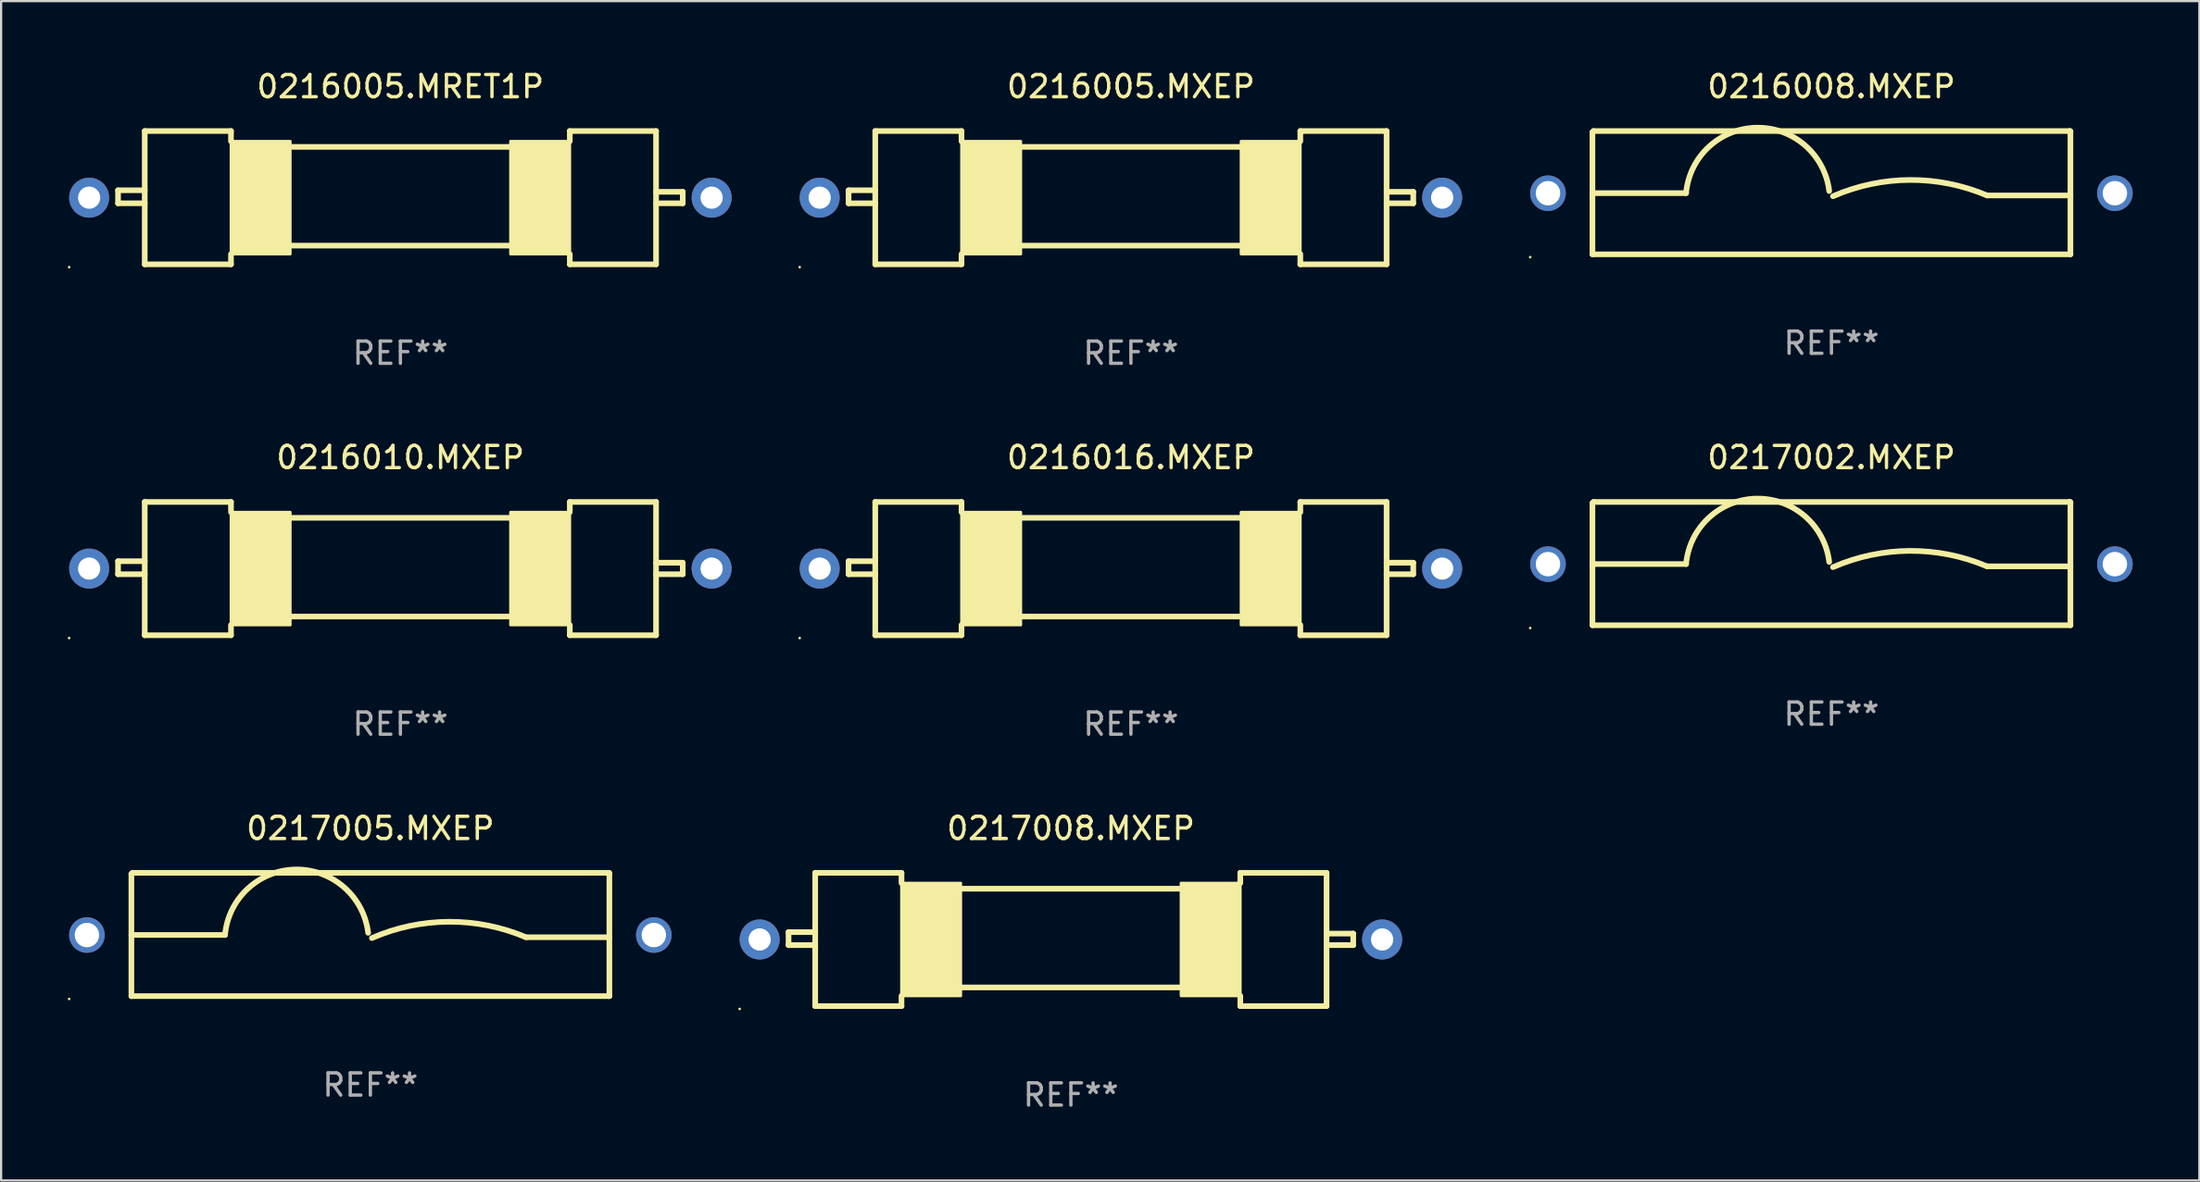
<source format=kicad_pcb>
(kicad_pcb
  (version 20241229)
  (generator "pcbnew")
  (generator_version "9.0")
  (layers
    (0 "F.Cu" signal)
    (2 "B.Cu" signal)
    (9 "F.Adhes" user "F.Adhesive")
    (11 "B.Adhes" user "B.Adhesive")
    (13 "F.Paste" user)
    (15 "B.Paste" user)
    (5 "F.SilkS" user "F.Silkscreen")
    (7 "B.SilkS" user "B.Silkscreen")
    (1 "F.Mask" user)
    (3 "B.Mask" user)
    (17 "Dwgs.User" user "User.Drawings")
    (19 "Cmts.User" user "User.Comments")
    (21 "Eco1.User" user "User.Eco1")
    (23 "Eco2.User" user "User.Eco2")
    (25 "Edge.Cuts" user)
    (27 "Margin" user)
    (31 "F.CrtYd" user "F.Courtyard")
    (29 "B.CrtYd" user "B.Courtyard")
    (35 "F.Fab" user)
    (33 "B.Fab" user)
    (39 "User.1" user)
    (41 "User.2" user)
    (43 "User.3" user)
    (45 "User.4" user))
  (footprint "0217008.MXEP"
    (layer "F.Cu")
    (at 45.12 39.241)
    (property "Reference" "0217008.MXEP" (at 0 -5 0) (layer "F.SilkS") (effects (font (size 1 1) (thickness 0.15))))
    (attr through_hole)
    (fp_line (start -12.7 -0.332) (end -12.7 0.254) (stroke (width 0.254) (type solid)) (layer "F.SilkS"))
    (fp_line (start -12.7 0.254) (end -11.5 0.254) (stroke (width 0.254) (type solid)) (layer "F.SilkS"))
    (fp_line (start -11.5 -3) (end -11.5 3) (stroke (width 0.254) (type solid)) (layer "F.SilkS"))
    (fp_line (start -11.5 -3) (end -7.62 -3) (stroke (width 0.254) (type solid)) (layer "F.SilkS"))
    (fp_line (start -11.5 -0.332) (end -12.7 -0.332) (stroke (width 0.254) (type solid)) (layer "F.SilkS"))
    (fp_line (start -7.62 -2.54) (end -7.62 -3) (stroke (width 0.254) (type solid)) (layer "F.SilkS"))
    (fp_line (start -7.62 2.54) (end -7.62 3) (stroke (width 0.254) (type solid)) (layer "F.SilkS"))
    (fp_line (start -7.62 3) (end -11.5 3) (stroke (width 0.254) (type solid)) (layer "F.SilkS"))
    (fp_line (start -4.953 -2.286) (end 4.953 -2.286) (stroke (width 0.254) (type solid)) (layer "F.SilkS"))
    (fp_line (start -4.953 2.159) (end 4.953 2.159) (stroke (width 0.254) (type solid)) (layer "F.SilkS"))
    (fp_line (start 7.62 -3) (end 11.5 -3) (stroke (width 0.254) (type solid)) (layer "F.SilkS"))
    (fp_line (start 7.62 -2.54) (end 7.62 -3) (stroke (width 0.254) (type solid)) (layer "F.SilkS"))
    (fp_line (start 7.62 2.54) (end 7.62 3) (stroke (width 0.254) (type solid)) (layer "F.SilkS"))
    (fp_line (start 7.62 3) (end 11.5 3) (stroke (width 0.254) (type solid)) (layer "F.SilkS"))
    (fp_line (start 11.5 -3) (end 11.5 3) (stroke (width 0.254) (type solid)) (layer "F.SilkS"))
    (fp_line (start 11.5 -0.264) (end 12.7 -0.264) (stroke (width 0.254) (type solid)) (layer "F.SilkS"))
    (fp_line (start 12.7 -0.264) (end 12.7 0.254) (stroke (width 0.254) (type solid)) (layer "F.SilkS"))
    (fp_line (start 12.7 0.254) (end 11.5 0.254) (stroke (width 0.254) (type solid)) (layer "F.SilkS"))
    (fp_circle (center -14.9 3.127) (end -14.87 3.127) (stroke (width 0.06) (type solid)) (fill no) (layer "F.SilkS"))
    (fp_poly (pts (xy -7.62 -2.54) (xy -4.953 -2.54) (xy -4.953 2.54) (xy -7.62 2.54)) (stroke (width 0.12) (type solid)) (fill yes) (layer "F.SilkS"))
    (fp_poly (pts (xy 4.953 -2.54) (xy 7.62 -2.54) (xy 7.62 2.54) (xy 4.953 2.54)) (stroke (width 0.12) (type solid)) (fill yes) (layer "F.SilkS"))
    (fp_text user "REF**" (at 0 7 0) (layer "F.Fab") (effects (font (size 1 1) (thickness 0.15))))
    (pad "1" thru_hole circle (at -14 0) (size 1.8 1.8) (drill 1) (layers "*.Cu" "*.Mask"))
    (pad "2" thru_hole circle (at 14 0) (size 1.8 1.8) (drill 1) (layers "*.Cu" "*.Mask")))
  (footprint "0216005.MRET1P"
    (layer "F.Cu")
    (at 14.96 5.848)
    (property "Reference" "0216005.MRET1P" (at 0 -5 0) (layer "F.SilkS") (effects (font (size 1 1) (thickness 0.15))))
    (attr through_hole)
    (fp_line (start -12.7 -0.332) (end -12.7 0.254) (stroke (width 0.254) (type solid)) (layer "F.SilkS"))
    (fp_line (start -12.7 0.254) (end -11.5 0.254) (stroke (width 0.254) (type solid)) (layer "F.SilkS"))
    (fp_line (start -11.5 -3) (end -11.5 3) (stroke (width 0.254) (type solid)) (layer "F.SilkS"))
    (fp_line (start -11.5 -3) (end -7.62 -3) (stroke (width 0.254) (type solid)) (layer "F.SilkS"))
    (fp_line (start -11.5 -0.332) (end -12.7 -0.332) (stroke (width 0.254) (type solid)) (layer "F.SilkS"))
    (fp_line (start -7.62 -2.54) (end -7.62 -3) (stroke (width 0.254) (type solid)) (layer "F.SilkS"))
    (fp_line (start -7.62 2.54) (end -7.62 3) (stroke (width 0.254) (type solid)) (layer "F.SilkS"))
    (fp_line (start -7.62 3) (end -11.5 3) (stroke (width 0.254) (type solid)) (layer "F.SilkS"))
    (fp_line (start -4.953 -2.286) (end 4.953 -2.286) (stroke (width 0.254) (type solid)) (layer "F.SilkS"))
    (fp_line (start -4.953 2.159) (end 4.953 2.159) (stroke (width 0.254) (type solid)) (layer "F.SilkS"))
    (fp_line (start 7.62 -3) (end 11.5 -3) (stroke (width 0.254) (type solid)) (layer "F.SilkS"))
    (fp_line (start 7.62 -2.54) (end 7.62 -3) (stroke (width 0.254) (type solid)) (layer "F.SilkS"))
    (fp_line (start 7.62 2.54) (end 7.62 3) (stroke (width 0.254) (type solid)) (layer "F.SilkS"))
    (fp_line (start 7.62 3) (end 11.5 3) (stroke (width 0.254) (type solid)) (layer "F.SilkS"))
    (fp_line (start 11.5 -3) (end 11.5 3) (stroke (width 0.254) (type solid)) (layer "F.SilkS"))
    (fp_line (start 11.5 -0.264) (end 12.7 -0.264) (stroke (width 0.254) (type solid)) (layer "F.SilkS"))
    (fp_line (start 12.7 -0.264) (end 12.7 0.254) (stroke (width 0.254) (type solid)) (layer "F.SilkS"))
    (fp_line (start 12.7 0.254) (end 11.5 0.254) (stroke (width 0.254) (type solid)) (layer "F.SilkS"))
    (fp_circle (center -14.9 3.127) (end -14.87 3.127) (stroke (width 0.06) (type solid)) (fill no) (layer "F.SilkS"))
    (fp_poly (pts (xy -7.62 -2.54) (xy -4.953 -2.54) (xy -4.953 2.54) (xy -7.62 2.54)) (stroke (width 0.12) (type solid)) (fill yes) (layer "F.SilkS"))
    (fp_poly (pts (xy 4.953 -2.54) (xy 7.62 -2.54) (xy 7.62 2.54) (xy 4.953 2.54)) (stroke (width 0.12) (type solid)) (fill yes) (layer "F.SilkS"))
    (fp_text user "REF**" (at 0 7 0) (layer "F.Fab") (effects (font (size 1 1) (thickness 0.15))))
    (pad "1" thru_hole circle (at -14 0) (size 1.8 1.8) (drill 1) (layers "*.Cu" "*.Mask"))
    (pad "2" thru_hole circle (at 14 0) (size 1.8 1.8) (drill 1) (layers "*.Cu" "*.Mask")))
  (footprint "0217005.MXEP"
    (layer "F.Cu")
    (at 13.61 39.016)
    (property "Reference" "0217005.MXEP" (at 0 -4.775 0) (layer "F.SilkS") (effects (font (size 1 1) (thickness 0.15))))
    (attr through_hole)
    (fp_line (start -10.75 -2.725) (end -10.7 -2.775) (stroke (width 0.254) (type solid)) (layer "F.SilkS"))
    (fp_line (start -10.75 2.775) (end -10.75 -2.725) (stroke (width 0.254) (type solid)) (layer "F.SilkS"))
    (fp_line (start -10.75 2.775) (end 10.75 2.775) (stroke (width 0.254) (type solid)) (layer "F.SilkS"))
    (fp_line (start -10.7 -2.775) (end 10.7 -2.775) (stroke (width 0.254) (type solid)) (layer "F.SilkS"))
    (fp_line (start -6.538 0.021) (end -10.75 0.021) (stroke (width 0.254) (type solid)) (layer "F.SilkS"))
    (fp_line (start 7 0.125) (end 10.75 0.125) (stroke (width 0.254) (type solid)) (layer "F.SilkS"))
    (fp_line (start 10.7 -2.775) (end 10.75 -2.725) (stroke (width 0.254) (type solid)) (layer "F.SilkS"))
    (fp_line (start 10.75 2.775) (end 10.75 -2.775) (stroke (width 0.254) (type solid)) (layer "F.SilkS"))
    (fp_arc (start -6.538277 0.020573) (mid -3.362163 -2.925392) (end -0.1 -0.075006) (stroke (width 0.254001) (type solid)) (layer "F.SilkS"))
    (fp_arc (start 0.069571 0.160528) (mid 3.531132 -0.572293) (end 7.000025 0.124994) (stroke (width 0.254001) (type solid)) (layer "F.SilkS"))
    (fp_circle (center -13.55 2.902) (end -13.52 2.902) (stroke (width 0.06) (type solid)) (fill no) (layer "F.SilkS"))
    (fp_text user "REF**" (at 0 6.775 0) (layer "F.Fab") (effects (font (size 1 1) (thickness 0.15))))
    (pad "1" thru_hole circle (at -12.75 0.025) (size 1.6 1.6) (drill 1.1) (layers "*.Cu" "*.Mask"))
    (pad "2" thru_hole circle (at 12.75 0.025) (size 1.6 1.6) (drill 1.1) (layers "*.Cu" "*.Mask")))
  (footprint "0216008.MXEP"
    (layer "F.Cu")
    (at 79.33 5.623)
    (property "Reference" "0216008.MXEP" (at 0 -4.775 0) (layer "F.SilkS") (effects (font (size 1 1) (thickness 0.15))))
    (attr through_hole)
    (fp_line (start -10.75 -2.725) (end -10.7 -2.775) (stroke (width 0.254) (type solid)) (layer "F.SilkS"))
    (fp_line (start -10.75 2.775) (end -10.75 -2.725) (stroke (width 0.254) (type solid)) (layer "F.SilkS"))
    (fp_line (start -10.75 2.775) (end 10.75 2.775) (stroke (width 0.254) (type solid)) (layer "F.SilkS"))
    (fp_line (start -10.7 -2.775) (end 10.7 -2.775) (stroke (width 0.254) (type solid)) (layer "F.SilkS"))
    (fp_line (start -6.538 0.021) (end -10.75 0.021) (stroke (width 0.254) (type solid)) (layer "F.SilkS"))
    (fp_line (start 7 0.125) (end 10.75 0.125) (stroke (width 0.254) (type solid)) (layer "F.SilkS"))
    (fp_line (start 10.7 -2.775) (end 10.75 -2.725) (stroke (width 0.254) (type solid)) (layer "F.SilkS"))
    (fp_line (start 10.75 2.775) (end 10.75 -2.775) (stroke (width 0.254) (type solid)) (layer "F.SilkS"))
    (fp_arc (start -6.538277 0.020573) (mid -3.362163 -2.925392) (end -0.1 -0.075006) (stroke (width 0.254001) (type solid)) (layer "F.SilkS"))
    (fp_arc (start 0.069571 0.160528) (mid 3.531132 -0.572293) (end 7.000025 0.124994) (stroke (width 0.254001) (type solid)) (layer "F.SilkS"))
    (fp_circle (center -13.55 2.902) (end -13.52 2.902) (stroke (width 0.06) (type solid)) (fill no) (layer "F.SilkS"))
    (fp_text user "REF**" (at 0 6.775 0) (layer "F.Fab") (effects (font (size 1 1) (thickness 0.15))))
    (pad "1" thru_hole circle (at -12.75 0.025) (size 1.6 1.6) (drill 1.1) (layers "*.Cu" "*.Mask"))
    (pad "2" thru_hole circle (at 12.75 0.025) (size 1.6 1.6) (drill 1.1) (layers "*.Cu" "*.Mask")))
  (footprint "0217002.MXEP"
    (layer "F.Cu")
    (at 79.33 22.32)
    (property "Reference" "0217002.MXEP" (at 0 -4.775 0) (layer "F.SilkS") (effects (font (size 1 1) (thickness 0.15))))
    (attr through_hole)
    (fp_line (start -10.75 -2.725) (end -10.7 -2.775) (stroke (width 0.254) (type solid)) (layer "F.SilkS"))
    (fp_line (start -10.75 2.775) (end -10.75 -2.725) (stroke (width 0.254) (type solid)) (layer "F.SilkS"))
    (fp_line (start -10.75 2.775) (end 10.75 2.775) (stroke (width 0.254) (type solid)) (layer "F.SilkS"))
    (fp_line (start -10.7 -2.775) (end 10.7 -2.775) (stroke (width 0.254) (type solid)) (layer "F.SilkS"))
    (fp_line (start -6.538 0.021) (end -10.75 0.021) (stroke (width 0.254) (type solid)) (layer "F.SilkS"))
    (fp_line (start 7 0.125) (end 10.75 0.125) (stroke (width 0.254) (type solid)) (layer "F.SilkS"))
    (fp_line (start 10.7 -2.775) (end 10.75 -2.725) (stroke (width 0.254) (type solid)) (layer "F.SilkS"))
    (fp_line (start 10.75 2.775) (end 10.75 -2.775) (stroke (width 0.254) (type solid)) (layer "F.SilkS"))
    (fp_arc (start -6.538277 0.020573) (mid -3.362163 -2.925392) (end -0.1 -0.075006) (stroke (width 0.254001) (type solid)) (layer "F.SilkS"))
    (fp_arc (start 0.069571 0.160528) (mid 3.531132 -0.572293) (end 7.000025 0.124994) (stroke (width 0.254001) (type solid)) (layer "F.SilkS"))
    (fp_circle (center -13.55 2.902) (end -13.52 2.902) (stroke (width 0.06) (type solid)) (fill no) (layer "F.SilkS"))
    (fp_text user "REF**" (at 0 6.775 0) (layer "F.Fab") (effects (font (size 1 1) (thickness 0.15))))
    (pad "1" thru_hole circle (at -12.75 0.025) (size 1.6 1.6) (drill 1.1) (layers "*.Cu" "*.Mask"))
    (pad "2" thru_hole circle (at 12.75 0.025) (size 1.6 1.6) (drill 1.1) (layers "*.Cu" "*.Mask")))
  (footprint "0216005.MXEP"
    (layer "F.Cu")
    (at 47.82 5.848)
    (property "Reference" "0216005.MXEP" (at 0 -5 0) (layer "F.SilkS") (effects (font (size 1 1) (thickness 0.15))))
    (attr through_hole)
    (fp_line (start -12.7 -0.332) (end -12.7 0.254) (stroke (width 0.254) (type solid)) (layer "F.SilkS"))
    (fp_line (start -12.7 0.254) (end -11.5 0.254) (stroke (width 0.254) (type solid)) (layer "F.SilkS"))
    (fp_line (start -11.5 -3) (end -11.5 3) (stroke (width 0.254) (type solid)) (layer "F.SilkS"))
    (fp_line (start -11.5 -3) (end -7.62 -3) (stroke (width 0.254) (type solid)) (layer "F.SilkS"))
    (fp_line (start -11.5 -0.332) (end -12.7 -0.332) (stroke (width 0.254) (type solid)) (layer "F.SilkS"))
    (fp_line (start -7.62 -2.54) (end -7.62 -3) (stroke (width 0.254) (type solid)) (layer "F.SilkS"))
    (fp_line (start -7.62 2.54) (end -7.62 3) (stroke (width 0.254) (type solid)) (layer "F.SilkS"))
    (fp_line (start -7.62 3) (end -11.5 3) (stroke (width 0.254) (type solid)) (layer "F.SilkS"))
    (fp_line (start -4.953 -2.286) (end 4.953 -2.286) (stroke (width 0.254) (type solid)) (layer "F.SilkS"))
    (fp_line (start -4.953 2.159) (end 4.953 2.159) (stroke (width 0.254) (type solid)) (layer "F.SilkS"))
    (fp_line (start 7.62 -3) (end 11.5 -3) (stroke (width 0.254) (type solid)) (layer "F.SilkS"))
    (fp_line (start 7.62 -2.54) (end 7.62 -3) (stroke (width 0.254) (type solid)) (layer "F.SilkS"))
    (fp_line (start 7.62 2.54) (end 7.62 3) (stroke (width 0.254) (type solid)) (layer "F.SilkS"))
    (fp_line (start 7.62 3) (end 11.5 3) (stroke (width 0.254) (type solid)) (layer "F.SilkS"))
    (fp_line (start 11.5 -3) (end 11.5 3) (stroke (width 0.254) (type solid)) (layer "F.SilkS"))
    (fp_line (start 11.5 -0.264) (end 12.7 -0.264) (stroke (width 0.254) (type solid)) (layer "F.SilkS"))
    (fp_line (start 12.7 -0.264) (end 12.7 0.254) (stroke (width 0.254) (type solid)) (layer "F.SilkS"))
    (fp_line (start 12.7 0.254) (end 11.5 0.254) (stroke (width 0.254) (type solid)) (layer "F.SilkS"))
    (fp_circle (center -14.9 3.127) (end -14.87 3.127) (stroke (width 0.06) (type solid)) (fill no) (layer "F.SilkS"))
    (fp_poly (pts (xy -7.62 -2.54) (xy -4.953 -2.54) (xy -4.953 2.54) (xy -7.62 2.54)) (stroke (width 0.12) (type solid)) (fill yes) (layer "F.SilkS"))
    (fp_poly (pts (xy 4.953 -2.54) (xy 7.62 -2.54) (xy 7.62 2.54) (xy 4.953 2.54)) (stroke (width 0.12) (type solid)) (fill yes) (layer "F.SilkS"))
    (fp_text user "REF**" (at 0 7 0) (layer "F.Fab") (effects (font (size 1 1) (thickness 0.15))))
    (pad "1" thru_hole circle (at -14 0) (size 1.8 1.8) (drill 1) (layers "*.Cu" "*.Mask"))
    (pad "2" thru_hole circle (at 14 0) (size 1.8 1.8) (drill 1) (layers "*.Cu" "*.Mask")))
  (footprint "0216010.MXEP"
    (layer "F.Cu")
    (at 14.96 22.545)
    (property "Reference" "0216010.MXEP" (at 0 -5 0) (layer "F.SilkS") (effects (font (size 1 1) (thickness 0.15))))
    (attr through_hole)
    (fp_line (start -12.7 -0.332) (end -12.7 0.254) (stroke (width 0.254) (type solid)) (layer "F.SilkS"))
    (fp_line (start -12.7 0.254) (end -11.5 0.254) (stroke (width 0.254) (type solid)) (layer "F.SilkS"))
    (fp_line (start -11.5 -3) (end -11.5 3) (stroke (width 0.254) (type solid)) (layer "F.SilkS"))
    (fp_line (start -11.5 -3) (end -7.62 -3) (stroke (width 0.254) (type solid)) (layer "F.SilkS"))
    (fp_line (start -11.5 -0.332) (end -12.7 -0.332) (stroke (width 0.254) (type solid)) (layer "F.SilkS"))
    (fp_line (start -7.62 -2.54) (end -7.62 -3) (stroke (width 0.254) (type solid)) (layer "F.SilkS"))
    (fp_line (start -7.62 2.54) (end -7.62 3) (stroke (width 0.254) (type solid)) (layer "F.SilkS"))
    (fp_line (start -7.62 3) (end -11.5 3) (stroke (width 0.254) (type solid)) (layer "F.SilkS"))
    (fp_line (start -4.953 -2.286) (end 4.953 -2.286) (stroke (width 0.254) (type solid)) (layer "F.SilkS"))
    (fp_line (start -4.953 2.159) (end 4.953 2.159) (stroke (width 0.254) (type solid)) (layer "F.SilkS"))
    (fp_line (start 7.62 -3) (end 11.5 -3) (stroke (width 0.254) (type solid)) (layer "F.SilkS"))
    (fp_line (start 7.62 -2.54) (end 7.62 -3) (stroke (width 0.254) (type solid)) (layer "F.SilkS"))
    (fp_line (start 7.62 2.54) (end 7.62 3) (stroke (width 0.254) (type solid)) (layer "F.SilkS"))
    (fp_line (start 7.62 3) (end 11.5 3) (stroke (width 0.254) (type solid)) (layer "F.SilkS"))
    (fp_line (start 11.5 -3) (end 11.5 3) (stroke (width 0.254) (type solid)) (layer "F.SilkS"))
    (fp_line (start 11.5 -0.264) (end 12.7 -0.264) (stroke (width 0.254) (type solid)) (layer "F.SilkS"))
    (fp_line (start 12.7 -0.264) (end 12.7 0.254) (stroke (width 0.254) (type solid)) (layer "F.SilkS"))
    (fp_line (start 12.7 0.254) (end 11.5 0.254) (stroke (width 0.254) (type solid)) (layer "F.SilkS"))
    (fp_circle (center -14.9 3.127) (end -14.87 3.127) (stroke (width 0.06) (type solid)) (fill no) (layer "F.SilkS"))
    (fp_poly (pts (xy -7.62 -2.54) (xy -4.953 -2.54) (xy -4.953 2.54) (xy -7.62 2.54)) (stroke (width 0.12) (type solid)) (fill yes) (layer "F.SilkS"))
    (fp_poly (pts (xy 4.953 -2.54) (xy 7.62 -2.54) (xy 7.62 2.54) (xy 4.953 2.54)) (stroke (width 0.12) (type solid)) (fill yes) (layer "F.SilkS"))
    (fp_text user "REF**" (at 0 7 0) (layer "F.Fab") (effects (font (size 1 1) (thickness 0.15))))
    (pad "1" thru_hole circle (at -14 0) (size 1.8 1.8) (drill 1) (layers "*.Cu" "*.Mask"))
    (pad "2" thru_hole circle (at 14 0) (size 1.8 1.8) (drill 1) (layers "*.Cu" "*.Mask")))
  (footprint "0216016.MXEP"
    (layer "F.Cu")
    (at 47.82 22.545)
    (property "Reference" "0216016.MXEP" (at 0 -5 0) (layer "F.SilkS") (effects (font (size 1 1) (thickness 0.15))))
    (attr through_hole)
    (fp_line (start -12.7 -0.332) (end -12.7 0.254) (stroke (width 0.254) (type solid)) (layer "F.SilkS"))
    (fp_line (start -12.7 0.254) (end -11.5 0.254) (stroke (width 0.254) (type solid)) (layer "F.SilkS"))
    (fp_line (start -11.5 -3) (end -11.5 3) (stroke (width 0.254) (type solid)) (layer "F.SilkS"))
    (fp_line (start -11.5 -3) (end -7.62 -3) (stroke (width 0.254) (type solid)) (layer "F.SilkS"))
    (fp_line (start -11.5 -0.332) (end -12.7 -0.332) (stroke (width 0.254) (type solid)) (layer "F.SilkS"))
    (fp_line (start -7.62 -2.54) (end -7.62 -3) (stroke (width 0.254) (type solid)) (layer "F.SilkS"))
    (fp_line (start -7.62 2.54) (end -7.62 3) (stroke (width 0.254) (type solid)) (layer "F.SilkS"))
    (fp_line (start -7.62 3) (end -11.5 3) (stroke (width 0.254) (type solid)) (layer "F.SilkS"))
    (fp_line (start -4.953 -2.286) (end 4.953 -2.286) (stroke (width 0.254) (type solid)) (layer "F.SilkS"))
    (fp_line (start -4.953 2.159) (end 4.953 2.159) (stroke (width 0.254) (type solid)) (layer "F.SilkS"))
    (fp_line (start 7.62 -3) (end 11.5 -3) (stroke (width 0.254) (type solid)) (layer "F.SilkS"))
    (fp_line (start 7.62 -2.54) (end 7.62 -3) (stroke (width 0.254) (type solid)) (layer "F.SilkS"))
    (fp_line (start 7.62 2.54) (end 7.62 3) (stroke (width 0.254) (type solid)) (layer "F.SilkS"))
    (fp_line (start 7.62 3) (end 11.5 3) (stroke (width 0.254) (type solid)) (layer "F.SilkS"))
    (fp_line (start 11.5 -3) (end 11.5 3) (stroke (width 0.254) (type solid)) (layer "F.SilkS"))
    (fp_line (start 11.5 -0.264) (end 12.7 -0.264) (stroke (width 0.254) (type solid)) (layer "F.SilkS"))
    (fp_line (start 12.7 -0.264) (end 12.7 0.254) (stroke (width 0.254) (type solid)) (layer "F.SilkS"))
    (fp_line (start 12.7 0.254) (end 11.5 0.254) (stroke (width 0.254) (type solid)) (layer "F.SilkS"))
    (fp_circle (center -14.9 3.127) (end -14.87 3.127) (stroke (width 0.06) (type solid)) (fill no) (layer "F.SilkS"))
    (fp_poly (pts (xy -7.62 -2.54) (xy -4.953 -2.54) (xy -4.953 2.54) (xy -7.62 2.54)) (stroke (width 0.12) (type solid)) (fill yes) (layer "F.SilkS"))
    (fp_poly (pts (xy 4.953 -2.54) (xy 7.62 -2.54) (xy 7.62 2.54) (xy 4.953 2.54)) (stroke (width 0.12) (type solid)) (fill yes) (layer "F.SilkS"))
    (fp_text user "REF**" (at 0 7 0) (layer "F.Fab") (effects (font (size 1 1) (thickness 0.15))))
    (pad "1" thru_hole circle (at -14 0) (size 1.8 1.8) (drill 1) (layers "*.Cu" "*.Mask"))
    (pad "2" thru_hole circle (at 14 0) (size 1.8 1.8) (drill 1) (layers "*.Cu" "*.Mask")))
  (gr_rect
    (start -3 -3)
    (end 95.88 50.09)
    (stroke (width 0.1) (type default))
    (fill no)
    (layer "Edge.Cuts")))
</source>
